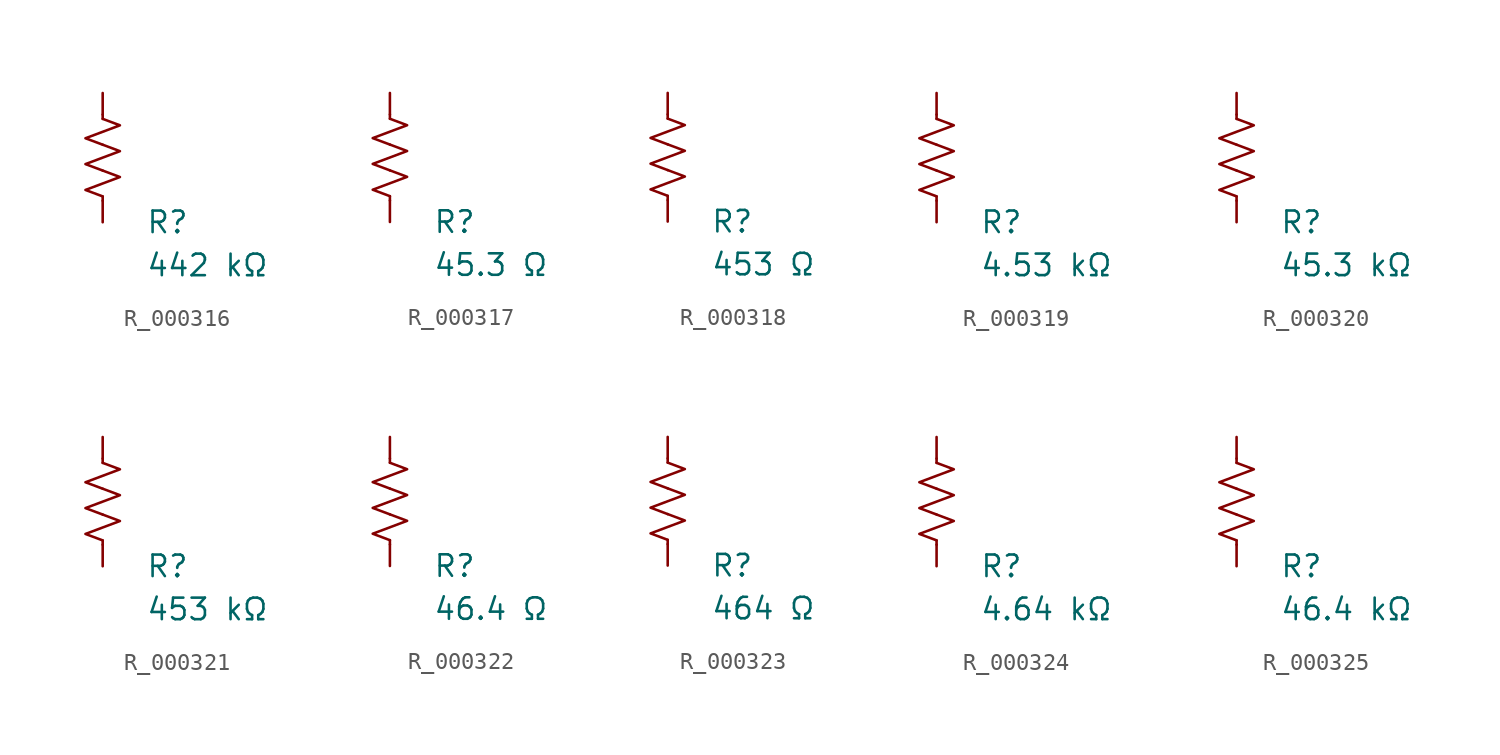
<source format=kicad_sym>
(kicad_symbol_lib
  (version 20231120)
  (generator "kicad_symbol_editor")
  (generator_version "8.0")
  (symbol "R_000316"
    (pin_numbers hide)
    (pin_names
      (offset 0))
    (property "Reference" "R"
      (at 2.54 -3.81 0)
      (effects (font (size 1.27 1.27)) (justify left))
      (show_name no))
    (property "Value" "442 kΩ"
      (at 2.54 -6.35 0)
      (effects (font (size 1.27 1.27)) (justify left))
      (show_name no))
    (symbol "R_000316_0_1"
      (polyline (pts (xy 0 -2.286) (xy 0 -2.54)) (stroke (width 0) (type default)) (fill (type none)))
      (polyline (pts (xy 0 2.286) (xy 0 2.54)) (stroke (width 0) (type default)) (fill (type none)))
      (polyline (pts (xy 0 -0.762) (xy 1.016 -1.143) (xy 0 -1.524) (xy -1.016 -1.905) (xy 0 -2.286)) (stroke (width 0) (type default)) (fill (type none)))
      (polyline (pts (xy 0 0.762) (xy 1.016 0.381) (xy 0 0) (xy -1.016 -0.381) (xy 0 -0.762)) (stroke (width 0) (type default)) (fill (type none)))
      (polyline (pts (xy 0 2.286) (xy 1.016 1.905) (xy 0 1.524) (xy -1.016 1.143) (xy 0 0.762)) (stroke (width 0) (type default)) (fill (type none))))
    (symbol "R_000316_1_1"
      (pin passive line (at 0 3.81 270) (length 1.27) (name "~" (effects (font (size 1.27 1.27)))) (number "1" (effects (font (size 1.27 1.27)))))
      (pin passive line (at 0 -3.81 90) (length 1.27) (name "~" (effects (font (size 1.27 1.27)))) (number "2" (effects (font (size 1.27 1.27)))))))
  (symbol "R_000317"
    (pin_numbers hide)
    (pin_names
      (offset 0))
    (property "Reference" "R"
      (at 2.54 -3.81 0)
      (effects (font (size 1.27 1.27)) (justify left))
      (show_name no))
    (property "Value" "45.3 Ω"
      (at 2.54 -6.35 0)
      (effects (font (size 1.27 1.27)) (justify left))
      (show_name no))
    (symbol "R_000317_0_1"
      (polyline (pts (xy 0 -2.286) (xy 0 -2.54)) (stroke (width 0) (type default)) (fill (type none)))
      (polyline (pts (xy 0 2.286) (xy 0 2.54)) (stroke (width 0) (type default)) (fill (type none)))
      (polyline (pts (xy 0 -0.762) (xy 1.016 -1.143) (xy 0 -1.524) (xy -1.016 -1.905) (xy 0 -2.286)) (stroke (width 0) (type default)) (fill (type none)))
      (polyline (pts (xy 0 0.762) (xy 1.016 0.381) (xy 0 0) (xy -1.016 -0.381) (xy 0 -0.762)) (stroke (width 0) (type default)) (fill (type none)))
      (polyline (pts (xy 0 2.286) (xy 1.016 1.905) (xy 0 1.524) (xy -1.016 1.143) (xy 0 0.762)) (stroke (width 0) (type default)) (fill (type none))))
    (symbol "R_000317_1_1"
      (pin passive line (at 0 3.81 270) (length 1.27) (name "~" (effects (font (size 1.27 1.27)))) (number "1" (effects (font (size 1.27 1.27)))))
      (pin passive line (at 0 -3.81 90) (length 1.27) (name "~" (effects (font (size 1.27 1.27)))) (number "2" (effects (font (size 1.27 1.27)))))))
  (symbol "R_000318"
    (pin_numbers hide)
    (pin_names
      (offset 0))
    (property "Reference" "R"
      (at 2.54 -3.81 0)
      (effects (font (size 1.27 1.27)) (justify left))
      (show_name no))
    (property "Value" "453 Ω"
      (at 2.54 -6.35 0)
      (effects (font (size 1.27 1.27)) (justify left))
      (show_name no))
    (symbol "R_000318_0_1"
      (polyline (pts (xy 0 -2.286) (xy 0 -2.54)) (stroke (width 0) (type default)) (fill (type none)))
      (polyline (pts (xy 0 2.286) (xy 0 2.54)) (stroke (width 0) (type default)) (fill (type none)))
      (polyline (pts (xy 0 -0.762) (xy 1.016 -1.143) (xy 0 -1.524) (xy -1.016 -1.905) (xy 0 -2.286)) (stroke (width 0) (type default)) (fill (type none)))
      (polyline (pts (xy 0 0.762) (xy 1.016 0.381) (xy 0 0) (xy -1.016 -0.381) (xy 0 -0.762)) (stroke (width 0) (type default)) (fill (type none)))
      (polyline (pts (xy 0 2.286) (xy 1.016 1.905) (xy 0 1.524) (xy -1.016 1.143) (xy 0 0.762)) (stroke (width 0) (type default)) (fill (type none))))
    (symbol "R_000318_1_1"
      (pin passive line (at 0 3.81 270) (length 1.27) (name "~" (effects (font (size 1.27 1.27)))) (number "1" (effects (font (size 1.27 1.27)))))
      (pin passive line (at 0 -3.81 90) (length 1.27) (name "~" (effects (font (size 1.27 1.27)))) (number "2" (effects (font (size 1.27 1.27)))))))
  (symbol "R_000319"
    (pin_numbers hide)
    (pin_names
      (offset 0))
    (property "Reference" "R"
      (at 2.54 -3.81 0)
      (effects (font (size 1.27 1.27)) (justify left))
      (show_name no))
    (property "Value" "4.53 kΩ"
      (at 2.54 -6.35 0)
      (effects (font (size 1.27 1.27)) (justify left))
      (show_name no))
    (symbol "R_000319_0_1"
      (polyline (pts (xy 0 -2.286) (xy 0 -2.54)) (stroke (width 0) (type default)) (fill (type none)))
      (polyline (pts (xy 0 2.286) (xy 0 2.54)) (stroke (width 0) (type default)) (fill (type none)))
      (polyline (pts (xy 0 -0.762) (xy 1.016 -1.143) (xy 0 -1.524) (xy -1.016 -1.905) (xy 0 -2.286)) (stroke (width 0) (type default)) (fill (type none)))
      (polyline (pts (xy 0 0.762) (xy 1.016 0.381) (xy 0 0) (xy -1.016 -0.381) (xy 0 -0.762)) (stroke (width 0) (type default)) (fill (type none)))
      (polyline (pts (xy 0 2.286) (xy 1.016 1.905) (xy 0 1.524) (xy -1.016 1.143) (xy 0 0.762)) (stroke (width 0) (type default)) (fill (type none))))
    (symbol "R_000319_1_1"
      (pin passive line (at 0 3.81 270) (length 1.27) (name "~" (effects (font (size 1.27 1.27)))) (number "1" (effects (font (size 1.27 1.27)))))
      (pin passive line (at 0 -3.81 90) (length 1.27) (name "~" (effects (font (size 1.27 1.27)))) (number "2" (effects (font (size 1.27 1.27)))))))
  (symbol "R_000320"
    (pin_numbers hide)
    (pin_names
      (offset 0))
    (property "Reference" "R"
      (at 2.54 -3.81 0)
      (effects (font (size 1.27 1.27)) (justify left))
      (show_name no))
    (property "Value" "45.3 kΩ"
      (at 2.54 -6.35 0)
      (effects (font (size 1.27 1.27)) (justify left))
      (show_name no))
    (symbol "R_000320_0_1"
      (polyline (pts (xy 0 -2.286) (xy 0 -2.54)) (stroke (width 0) (type default)) (fill (type none)))
      (polyline (pts (xy 0 2.286) (xy 0 2.54)) (stroke (width 0) (type default)) (fill (type none)))
      (polyline (pts (xy 0 -0.762) (xy 1.016 -1.143) (xy 0 -1.524) (xy -1.016 -1.905) (xy 0 -2.286)) (stroke (width 0) (type default)) (fill (type none)))
      (polyline (pts (xy 0 0.762) (xy 1.016 0.381) (xy 0 0) (xy -1.016 -0.381) (xy 0 -0.762)) (stroke (width 0) (type default)) (fill (type none)))
      (polyline (pts (xy 0 2.286) (xy 1.016 1.905) (xy 0 1.524) (xy -1.016 1.143) (xy 0 0.762)) (stroke (width 0) (type default)) (fill (type none))))
    (symbol "R_000320_1_1"
      (pin passive line (at 0 3.81 270) (length 1.27) (name "~" (effects (font (size 1.27 1.27)))) (number "1" (effects (font (size 1.27 1.27)))))
      (pin passive line (at 0 -3.81 90) (length 1.27) (name "~" (effects (font (size 1.27 1.27)))) (number "2" (effects (font (size 1.27 1.27)))))))
  (symbol "R_000321"
    (pin_numbers hide)
    (pin_names
      (offset 0))
    (property "Reference" "R"
      (at 2.54 -3.81 0)
      (effects (font (size 1.27 1.27)) (justify left))
      (show_name no))
    (property "Value" "453 kΩ"
      (at 2.54 -6.35 0)
      (effects (font (size 1.27 1.27)) (justify left))
      (show_name no))
    (symbol "R_000321_0_1"
      (polyline (pts (xy 0 -2.286) (xy 0 -2.54)) (stroke (width 0) (type default)) (fill (type none)))
      (polyline (pts (xy 0 2.286) (xy 0 2.54)) (stroke (width 0) (type default)) (fill (type none)))
      (polyline (pts (xy 0 -0.762) (xy 1.016 -1.143) (xy 0 -1.524) (xy -1.016 -1.905) (xy 0 -2.286)) (stroke (width 0) (type default)) (fill (type none)))
      (polyline (pts (xy 0 0.762) (xy 1.016 0.381) (xy 0 0) (xy -1.016 -0.381) (xy 0 -0.762)) (stroke (width 0) (type default)) (fill (type none)))
      (polyline (pts (xy 0 2.286) (xy 1.016 1.905) (xy 0 1.524) (xy -1.016 1.143) (xy 0 0.762)) (stroke (width 0) (type default)) (fill (type none))))
    (symbol "R_000321_1_1"
      (pin passive line (at 0 3.81 270) (length 1.27) (name "~" (effects (font (size 1.27 1.27)))) (number "1" (effects (font (size 1.27 1.27)))))
      (pin passive line (at 0 -3.81 90) (length 1.27) (name "~" (effects (font (size 1.27 1.27)))) (number "2" (effects (font (size 1.27 1.27)))))))
  (symbol "R_000322"
    (pin_numbers hide)
    (pin_names
      (offset 0))
    (property "Reference" "R"
      (at 2.54 -3.81 0)
      (effects (font (size 1.27 1.27)) (justify left))
      (show_name no))
    (property "Value" "46.4 Ω"
      (at 2.54 -6.35 0)
      (effects (font (size 1.27 1.27)) (justify left))
      (show_name no))
    (symbol "R_000322_0_1"
      (polyline (pts (xy 0 -2.286) (xy 0 -2.54)) (stroke (width 0) (type default)) (fill (type none)))
      (polyline (pts (xy 0 2.286) (xy 0 2.54)) (stroke (width 0) (type default)) (fill (type none)))
      (polyline (pts (xy 0 -0.762) (xy 1.016 -1.143) (xy 0 -1.524) (xy -1.016 -1.905) (xy 0 -2.286)) (stroke (width 0) (type default)) (fill (type none)))
      (polyline (pts (xy 0 0.762) (xy 1.016 0.381) (xy 0 0) (xy -1.016 -0.381) (xy 0 -0.762)) (stroke (width 0) (type default)) (fill (type none)))
      (polyline (pts (xy 0 2.286) (xy 1.016 1.905) (xy 0 1.524) (xy -1.016 1.143) (xy 0 0.762)) (stroke (width 0) (type default)) (fill (type none))))
    (symbol "R_000322_1_1"
      (pin passive line (at 0 3.81 270) (length 1.27) (name "~" (effects (font (size 1.27 1.27)))) (number "1" (effects (font (size 1.27 1.27)))))
      (pin passive line (at 0 -3.81 90) (length 1.27) (name "~" (effects (font (size 1.27 1.27)))) (number "2" (effects (font (size 1.27 1.27)))))))
  (symbol "R_000323"
    (pin_numbers hide)
    (pin_names
      (offset 0))
    (property "Reference" "R"
      (at 2.54 -3.81 0)
      (effects (font (size 1.27 1.27)) (justify left))
      (show_name no))
    (property "Value" "464 Ω"
      (at 2.54 -6.35 0)
      (effects (font (size 1.27 1.27)) (justify left))
      (show_name no))
    (symbol "R_000323_0_1"
      (polyline (pts (xy 0 -2.286) (xy 0 -2.54)) (stroke (width 0) (type default)) (fill (type none)))
      (polyline (pts (xy 0 2.286) (xy 0 2.54)) (stroke (width 0) (type default)) (fill (type none)))
      (polyline (pts (xy 0 -0.762) (xy 1.016 -1.143) (xy 0 -1.524) (xy -1.016 -1.905) (xy 0 -2.286)) (stroke (width 0) (type default)) (fill (type none)))
      (polyline (pts (xy 0 0.762) (xy 1.016 0.381) (xy 0 0) (xy -1.016 -0.381) (xy 0 -0.762)) (stroke (width 0) (type default)) (fill (type none)))
      (polyline (pts (xy 0 2.286) (xy 1.016 1.905) (xy 0 1.524) (xy -1.016 1.143) (xy 0 0.762)) (stroke (width 0) (type default)) (fill (type none))))
    (symbol "R_000323_1_1"
      (pin passive line (at 0 3.81 270) (length 1.27) (name "~" (effects (font (size 1.27 1.27)))) (number "1" (effects (font (size 1.27 1.27)))))
      (pin passive line (at 0 -3.81 90) (length 1.27) (name "~" (effects (font (size 1.27 1.27)))) (number "2" (effects (font (size 1.27 1.27)))))))
  (symbol "R_000324"
    (pin_numbers hide)
    (pin_names
      (offset 0))
    (property "Reference" "R"
      (at 2.54 -3.81 0)
      (effects (font (size 1.27 1.27)) (justify left))
      (show_name no))
    (property "Value" "4.64 kΩ"
      (at 2.54 -6.35 0)
      (effects (font (size 1.27 1.27)) (justify left))
      (show_name no))
    (symbol "R_000324_0_1"
      (polyline (pts (xy 0 -2.286) (xy 0 -2.54)) (stroke (width 0) (type default)) (fill (type none)))
      (polyline (pts (xy 0 2.286) (xy 0 2.54)) (stroke (width 0) (type default)) (fill (type none)))
      (polyline (pts (xy 0 -0.762) (xy 1.016 -1.143) (xy 0 -1.524) (xy -1.016 -1.905) (xy 0 -2.286)) (stroke (width 0) (type default)) (fill (type none)))
      (polyline (pts (xy 0 0.762) (xy 1.016 0.381) (xy 0 0) (xy -1.016 -0.381) (xy 0 -0.762)) (stroke (width 0) (type default)) (fill (type none)))
      (polyline (pts (xy 0 2.286) (xy 1.016 1.905) (xy 0 1.524) (xy -1.016 1.143) (xy 0 0.762)) (stroke (width 0) (type default)) (fill (type none))))
    (symbol "R_000324_1_1"
      (pin passive line (at 0 3.81 270) (length 1.27) (name "~" (effects (font (size 1.27 1.27)))) (number "1" (effects (font (size 1.27 1.27)))))
      (pin passive line (at 0 -3.81 90) (length 1.27) (name "~" (effects (font (size 1.27 1.27)))) (number "2" (effects (font (size 1.27 1.27)))))))
  (symbol "R_000325"
    (pin_numbers hide)
    (pin_names
      (offset 0))
    (property "Reference" "R"
      (at 2.54 -3.81 0)
      (effects (font (size 1.27 1.27)) (justify left))
      (show_name no))
    (property "Value" "46.4 kΩ"
      (at 2.54 -6.35 0)
      (effects (font (size 1.27 1.27)) (justify left))
      (show_name no))
    (symbol "R_000325_0_1"
      (polyline (pts (xy 0 -2.286) (xy 0 -2.54)) (stroke (width 0) (type default)) (fill (type none)))
      (polyline (pts (xy 0 2.286) (xy 0 2.54)) (stroke (width 0) (type default)) (fill (type none)))
      (polyline (pts (xy 0 -0.762) (xy 1.016 -1.143) (xy 0 -1.524) (xy -1.016 -1.905) (xy 0 -2.286)) (stroke (width 0) (type default)) (fill (type none)))
      (polyline (pts (xy 0 0.762) (xy 1.016 0.381) (xy 0 0) (xy -1.016 -0.381) (xy 0 -0.762)) (stroke (width 0) (type default)) (fill (type none)))
      (polyline (pts (xy 0 2.286) (xy 1.016 1.905) (xy 0 1.524) (xy -1.016 1.143) (xy 0 0.762)) (stroke (width 0) (type default)) (fill (type none))))
    (symbol "R_000325_1_1"
      (pin passive line (at 0 3.81 270) (length 1.27) (name "~" (effects (font (size 1.27 1.27)))) (number "1" (effects (font (size 1.27 1.27)))))
      (pin passive line (at 0 -3.81 90) (length 1.27) (name "~" (effects (font (size 1.27 1.27)))) (number "2" (effects (font (size 1.27 1.27))))))))
</source>
